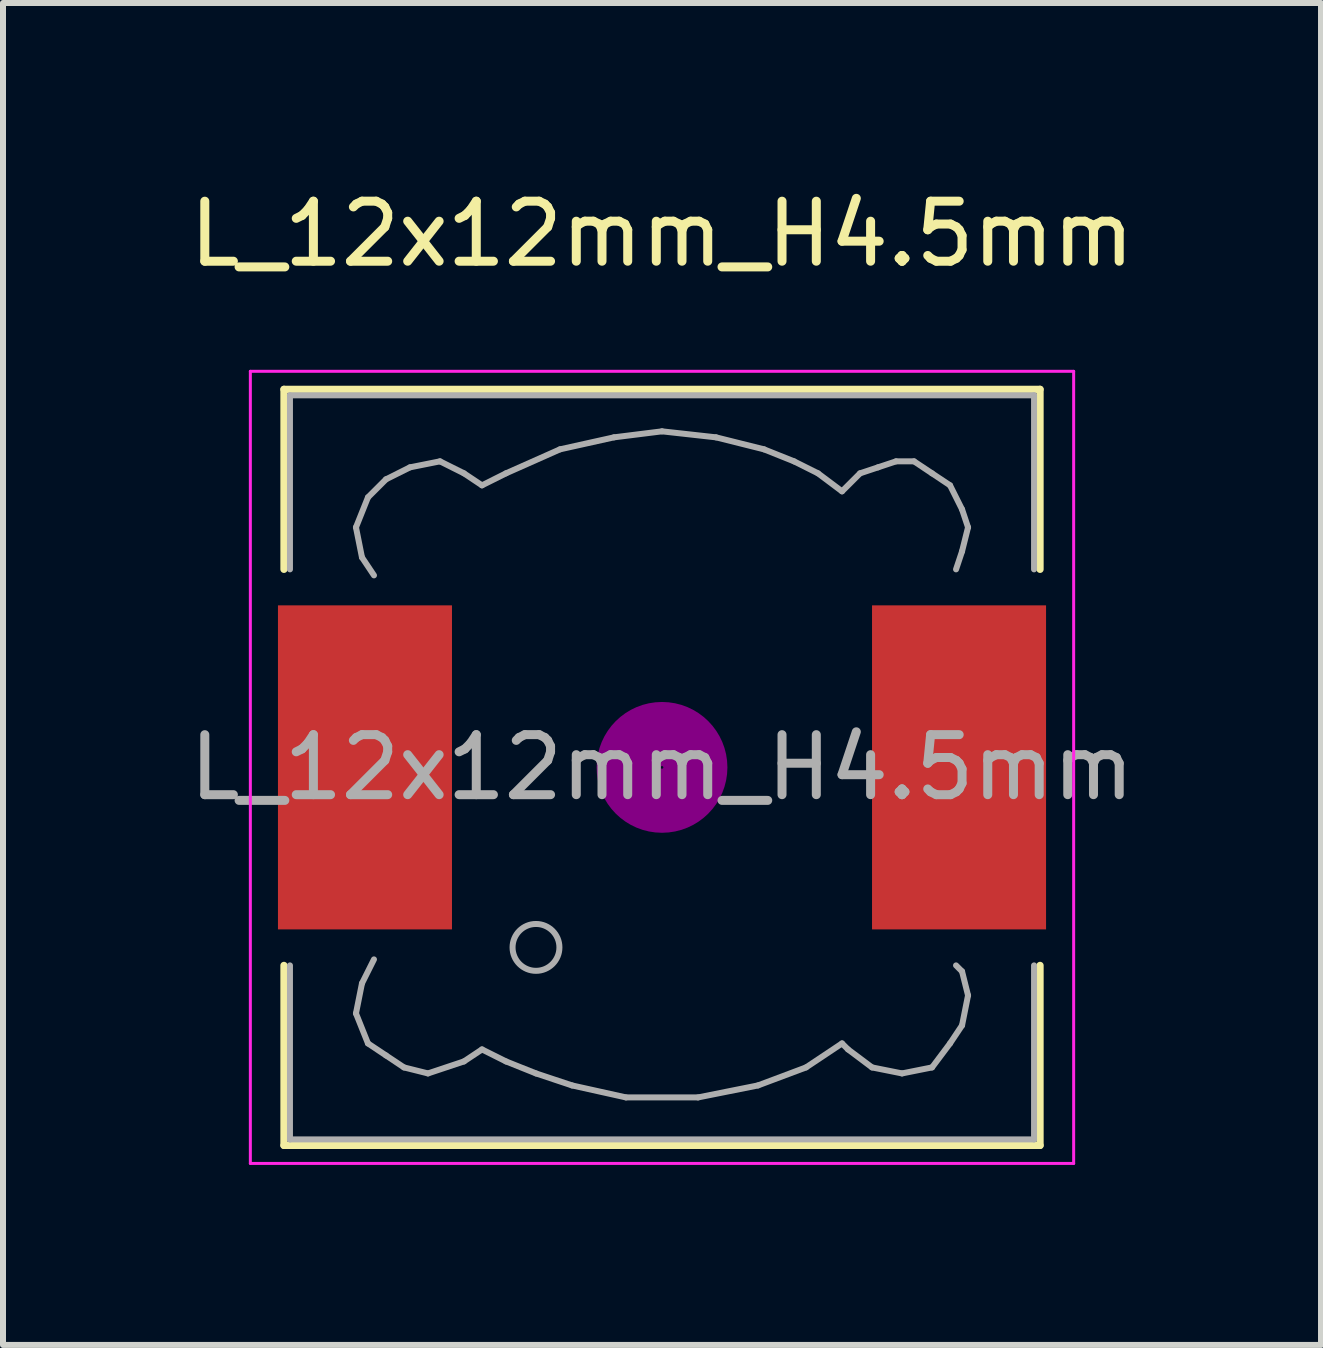
<source format=kicad_pcb>
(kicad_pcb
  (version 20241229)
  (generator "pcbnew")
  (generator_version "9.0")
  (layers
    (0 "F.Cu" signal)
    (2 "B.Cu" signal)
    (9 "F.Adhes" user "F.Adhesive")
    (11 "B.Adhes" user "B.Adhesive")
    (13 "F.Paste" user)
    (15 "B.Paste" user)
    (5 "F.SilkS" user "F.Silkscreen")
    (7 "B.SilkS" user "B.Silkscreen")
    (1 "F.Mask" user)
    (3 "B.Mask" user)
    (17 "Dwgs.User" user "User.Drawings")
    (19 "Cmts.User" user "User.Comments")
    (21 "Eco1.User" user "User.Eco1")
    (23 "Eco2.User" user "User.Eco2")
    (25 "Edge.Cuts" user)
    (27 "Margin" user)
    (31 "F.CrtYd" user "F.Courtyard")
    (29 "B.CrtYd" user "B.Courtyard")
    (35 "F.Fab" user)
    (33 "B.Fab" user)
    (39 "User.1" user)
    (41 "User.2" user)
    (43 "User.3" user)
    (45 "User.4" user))
  (footprint "L_12x12mm_H4.5mm"
    (layer "F.Cu")
    (at 7.982 9.738)
    (property "Reference" "L_12x12mm_H4.5mm" (at 0 -8.89 0) (layer "F.SilkS") (effects (font (size 1 1) (thickness 0.15))))
    (attr smd)
    (fp_line (start -6.3 -6.3) (end 6.3 -6.3) (stroke (width 0.12) (type solid)) (layer "F.SilkS"))
    (fp_line (start -6.3 -3.3) (end -6.3 -6.3) (stroke (width 0.12) (type solid)) (layer "F.SilkS"))
    (fp_line (start -6.3 6.3) (end -6.3 3.3) (stroke (width 0.12) (type solid)) (layer "F.SilkS"))
    (fp_line (start 6.3 -6.3) (end 6.3 -3.3) (stroke (width 0.12) (type solid)) (layer "F.SilkS"))
    (fp_line (start 6.3 3.3) (end 6.3 6.3) (stroke (width 0.12) (type solid)) (layer "F.SilkS"))
    (fp_line (start 6.3 6.3) (end -6.3 6.3) (stroke (width 0.12) (type solid)) (layer "F.SilkS"))
    (fp_circle (center 0 0) (end 0.15 0.15) (stroke (width 0.38) (type solid)) (fill no) (layer "F.Adhes"))
    (fp_circle (center 0 0) (end 0.55 0) (stroke (width 0.38) (type solid)) (fill no) (layer "F.Adhes"))
    (fp_circle (center 0 0) (end 0.9 0) (stroke (width 0.38) (type solid)) (fill no) (layer "F.Adhes"))
    (fp_line (start -6.86 -6.6) (end 6.86 -6.6) (stroke (width 0.05) (type solid)) (layer "F.CrtYd"))
    (fp_line (start -6.86 6.6) (end -6.86 -6.6) (stroke (width 0.05) (type solid)) (layer "F.CrtYd"))
    (fp_line (start 6.86 -6.6) (end 6.86 6.6) (stroke (width 0.05) (type solid)) (layer "F.CrtYd"))
    (fp_line (start 6.86 6.6) (end -6.86 6.6) (stroke (width 0.05) (type solid)) (layer "F.CrtYd"))
    (fp_line (start -6.2 -6.2) (end -6.2 -3.3) (stroke (width 0.1) (type solid)) (layer "F.Fab"))
    (fp_line (start -6.2 3.3) (end -6.2 6.2) (stroke (width 0.1) (type solid)) (layer "F.Fab"))
    (fp_line (start -6.2 6.2) (end 6.2 6.2) (stroke (width 0.1) (type solid)) (layer "F.Fab"))
    (fp_line (start -5.1 -4) (end -5 -3.5) (stroke (width 0.1) (type solid)) (layer "F.Fab"))
    (fp_line (start -5.1 4.1) (end -5 3.6) (stroke (width 0.1) (type solid)) (layer "F.Fab"))
    (fp_line (start -5 -3.5) (end -4.8 -3.2) (stroke (width 0.1) (type solid)) (layer "F.Fab"))
    (fp_line (start -5 3.6) (end -4.8 3.2) (stroke (width 0.1) (type solid)) (layer "F.Fab"))
    (fp_line (start -4.9 -4.5) (end -5.1 -4) (stroke (width 0.1) (type solid)) (layer "F.Fab"))
    (fp_line (start -4.9 4.6) (end -5.1 4.1) (stroke (width 0.1) (type solid)) (layer "F.Fab"))
    (fp_line (start -4.6 -4.8) (end -4.9 -4.5) (stroke (width 0.1) (type solid)) (layer "F.Fab"))
    (fp_line (start -4.6 4.8) (end -4.9 4.6) (stroke (width 0.1) (type solid)) (layer "F.Fab"))
    (fp_line (start -4.3 5) (end -4.6 4.8) (stroke (width 0.1) (type solid)) (layer "F.Fab"))
    (fp_line (start -4.2 -5) (end -4.6 -4.8) (stroke (width 0.1) (type solid)) (layer "F.Fab"))
    (fp_line (start -3.9 5.1) (end -4.3 5) (stroke (width 0.1) (type solid)) (layer "F.Fab"))
    (fp_line (start -3.7 -5.1) (end -4.2 -5) (stroke (width 0.1) (type solid)) (layer "F.Fab"))
    (fp_line (start -3.3 -4.9) (end -3.7 -5.1) (stroke (width 0.1) (type solid)) (layer "F.Fab"))
    (fp_line (start -3.3 4.9) (end -3.9 5.1) (stroke (width 0.1) (type solid)) (layer "F.Fab"))
    (fp_line (start -3 -4.7) (end -3.3 -4.9) (stroke (width 0.1) (type solid)) (layer "F.Fab"))
    (fp_line (start -3 4.7) (end -3.3 4.9) (stroke (width 0.1) (type solid)) (layer "F.Fab"))
    (fp_line (start -2.6 -4.9) (end -3 -4.7) (stroke (width 0.1) (type solid)) (layer "F.Fab"))
    (fp_line (start -2.6 4.9) (end -3 4.7) (stroke (width 0.1) (type solid)) (layer "F.Fab"))
    (fp_line (start -2.1 5.1) (end -2.6 4.9) (stroke (width 0.1) (type solid)) (layer "F.Fab"))
    (fp_line (start -1.7 -5.3) (end -2.6 -4.9) (stroke (width 0.1) (type solid)) (layer "F.Fab"))
    (fp_line (start -1.5 5.3) (end -2.1 5.1) (stroke (width 0.1) (type solid)) (layer "F.Fab"))
    (fp_line (start -0.8 -5.5) (end -1.7 -5.3) (stroke (width 0.1) (type solid)) (layer "F.Fab"))
    (fp_line (start -0.6 5.5) (end -1.5 5.3) (stroke (width 0.1) (type solid)) (layer "F.Fab"))
    (fp_line (start 0 -5.6) (end -0.8 -5.5) (stroke (width 0.1) (type solid)) (layer "F.Fab"))
    (fp_line (start 0.6 5.5) (end -0.6 5.5) (stroke (width 0.1) (type solid)) (layer "F.Fab"))
    (fp_line (start 0.9 -5.5) (end 0 -5.6) (stroke (width 0.1) (type solid)) (layer "F.Fab"))
    (fp_line (start 1.6 5.3) (end 0.6 5.5) (stroke (width 0.1) (type solid)) (layer "F.Fab"))
    (fp_line (start 1.7 -5.3) (end 0.9 -5.5) (stroke (width 0.1) (type solid)) (layer "F.Fab"))
    (fp_line (start 2.2 -5.1) (end 1.7 -5.3) (stroke (width 0.1) (type solid)) (layer "F.Fab"))
    (fp_line (start 2.4 5) (end 1.6 5.3) (stroke (width 0.1) (type solid)) (layer "F.Fab"))
    (fp_line (start 2.6 -4.9) (end 2.2 -5.1) (stroke (width 0.1) (type solid)) (layer "F.Fab"))
    (fp_line (start 3 -4.6) (end 2.6 -4.9) (stroke (width 0.1) (type solid)) (layer "F.Fab"))
    (fp_line (start 3 4.6) (end 2.4 5) (stroke (width 0.1) (type solid)) (layer "F.Fab"))
    (fp_line (start 3.1 4.7) (end 3 4.6) (stroke (width 0.1) (type solid)) (layer "F.Fab"))
    (fp_line (start 3.3 -4.9) (end 3 -4.6) (stroke (width 0.1) (type solid)) (layer "F.Fab"))
    (fp_line (start 3.5 5) (end 3.1 4.7) (stroke (width 0.1) (type solid)) (layer "F.Fab"))
    (fp_line (start 3.6 -5) (end 3.3 -4.9) (stroke (width 0.1) (type solid)) (layer "F.Fab"))
    (fp_line (start 3.9 -5.1) (end 3.6 -5) (stroke (width 0.1) (type solid)) (layer "F.Fab"))
    (fp_line (start 4 5.1) (end 3.5 5) (stroke (width 0.1) (type solid)) (layer "F.Fab"))
    (fp_line (start 4.2 -5.1) (end 3.9 -5.1) (stroke (width 0.1) (type solid)) (layer "F.Fab"))
    (fp_line (start 4.5 -4.9) (end 4.2 -5.1) (stroke (width 0.1) (type solid)) (layer "F.Fab"))
    (fp_line (start 4.5 5) (end 4 5.1) (stroke (width 0.1) (type solid)) (layer "F.Fab"))
    (fp_line (start 4.8 -4.7) (end 4.5 -4.9) (stroke (width 0.1) (type solid)) (layer "F.Fab"))
    (fp_line (start 4.8 4.6) (end 4.5 5) (stroke (width 0.1) (type solid)) (layer "F.Fab"))
    (fp_line (start 4.9 -3.3) (end 5 -3.6) (stroke (width 0.1) (type solid)) (layer "F.Fab"))
    (fp_line (start 4.9 3.3) (end 5 3.4) (stroke (width 0.1) (type solid)) (layer "F.Fab"))
    (fp_line (start 5 -4.3) (end 4.8 -4.7) (stroke (width 0.1) (type solid)) (layer "F.Fab"))
    (fp_line (start 5 -3.6) (end 5.1 -4) (stroke (width 0.1) (type solid)) (layer "F.Fab"))
    (fp_line (start 5 3.4) (end 5.1 3.8) (stroke (width 0.1) (type solid)) (layer "F.Fab"))
    (fp_line (start 5 4.3) (end 4.8 4.6) (stroke (width 0.1) (type solid)) (layer "F.Fab"))
    (fp_line (start 5.1 -4) (end 5 -4.3) (stroke (width 0.1) (type solid)) (layer "F.Fab"))
    (fp_line (start 5.1 3.8) (end 5 4.3) (stroke (width 0.1) (type solid)) (layer "F.Fab"))
    (fp_line (start 6.2 -6.2) (end -6.2 -6.2) (stroke (width 0.1) (type solid)) (layer "F.Fab"))
    (fp_line (start 6.2 -6.2) (end 6.2 -3.3) (stroke (width 0.1) (type solid)) (layer "F.Fab"))
    (fp_line (start 6.2 6.2) (end 6.2 3.3) (stroke (width 0.1) (type solid)) (layer "F.Fab"))
    (fp_circle (center -2.1 3) (end -1.8 3.25) (stroke (width 0.1) (type solid)) (fill no) (layer "F.Fab"))
    (fp_text user "${REFERENCE}" (at 0 0 0) (layer "F.Fab") (effects (font (size 1 1) (thickness 0.15))))
    (pad "1" smd rect (at -4.95 0) (size 2.9 5.4) (layers "F.Cu" "F.Mask" "F.Paste"))
    (pad "2" smd rect (at 4.95 0) (size 2.9 5.4) (layers "F.Cu" "F.Mask" "F.Paste")))
  (gr_rect
    (start -3 -3)
    (end 18.964 19.363)
    (stroke (width 0.1) (type default))
    (fill no)
    (layer "Edge.Cuts")))
</source>
